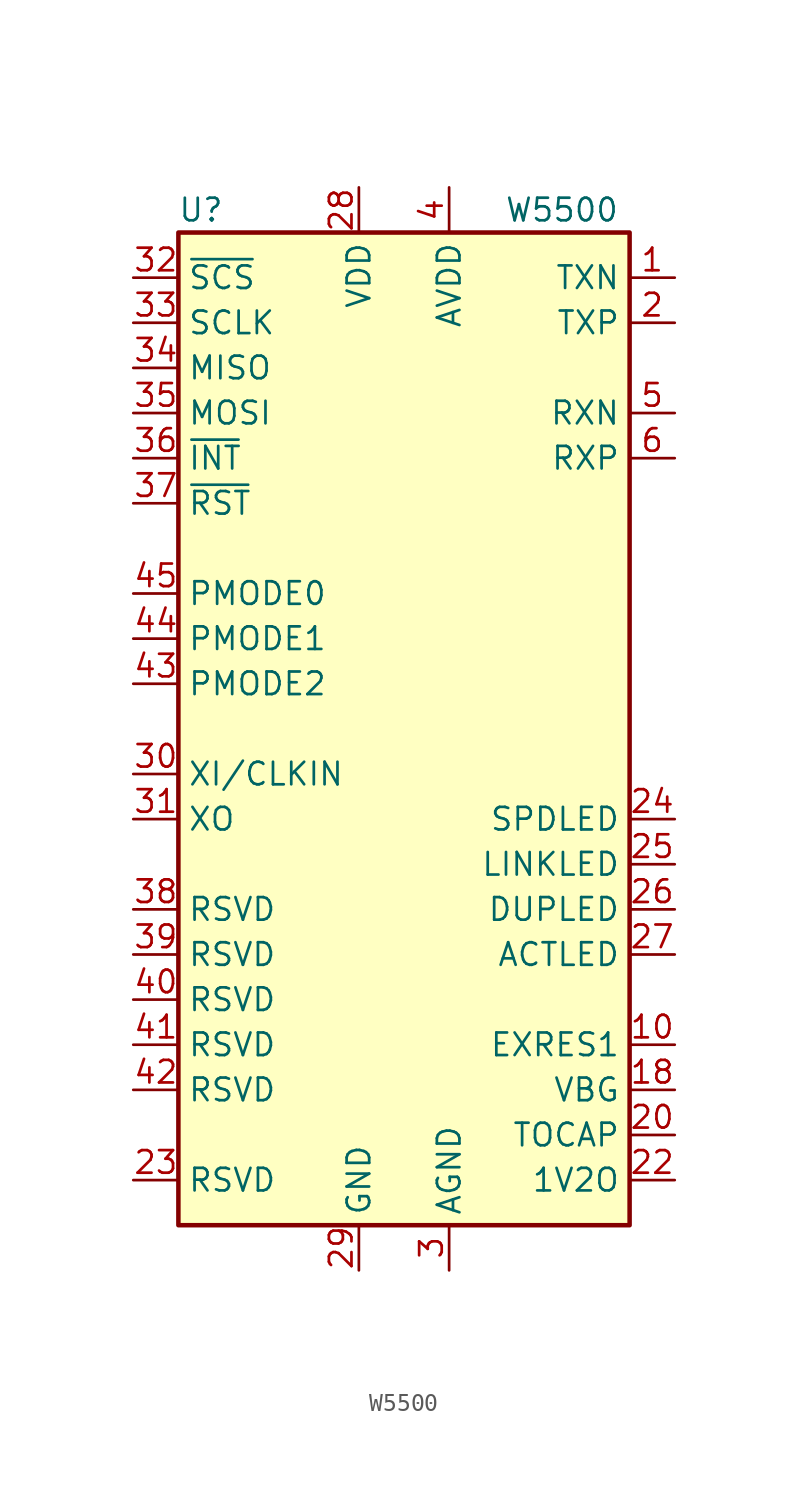
<source format=kicad_sym>
(kicad_symbol_lib
  (version 20220914)
  (generator kicad_symbol_editor)
  (symbol "W5500"
    (property "Reference" "U"
      (at -11.43 29.21 0)
      (effects (font (size 1.27 1.27))))
    (property "Value" "W5500"
      (at 8.89 29.21 0)
      (effects (font (size 1.27 1.27))))
    (symbol "W5500_0_1"
      (rectangle (start -12.7 27.94) (end 12.7 -27.94) (stroke (width 0.254) (type default)) (fill (type background))))
    (symbol "W5500_1_1"
      (pin output line (at 15.24 25.4 180) (length 2.54) (name "TXN" (effects (font (size 1.27 1.27)))) (number "1" (effects (font (size 1.27 1.27)))))
      (pin passive line (at 15.24 -17.78 180) (length 2.54) (name "EXRES1" (effects (font (size 1.27 1.27)))) (number "10" (effects (font (size 1.27 1.27)))))
      (pin passive line (at 2.54 30.48 270) (length 2.54) hide (name "AVDD" (effects (font (size 1.27 1.27)))) (number "11" (effects (font (size 1.27 1.27)))))
      (pin no_connect line (at 12.7 7.62 180) (length 2.54) hide (name "NC" (effects (font (size 1.27 1.27)))) (number "12" (effects (font (size 1.27 1.27)))))
      (pin no_connect line (at 12.7 5.08 180) (length 2.54) hide (name "NC" (effects (font (size 1.27 1.27)))) (number "13" (effects (font (size 1.27 1.27)))))
      (pin passive line (at 2.54 -30.48 90) (length 2.54) hide (name "AGND" (effects (font (size 1.27 1.27)))) (number "14" (effects (font (size 1.27 1.27)))))
      (pin passive line (at 2.54 30.48 270) (length 2.54) hide (name "AVDD" (effects (font (size 1.27 1.27)))) (number "15" (effects (font (size 1.27 1.27)))))
      (pin passive line (at 2.54 -30.48 90) (length 2.54) hide (name "AGND" (effects (font (size 1.27 1.27)))) (number "16" (effects (font (size 1.27 1.27)))))
      (pin passive line (at 2.54 30.48 270) (length 2.54) hide (name "AVDD" (effects (font (size 1.27 1.27)))) (number "17" (effects (font (size 1.27 1.27)))))
      (pin passive line (at 15.24 -20.32 180) (length 2.54) (name "VBG" (effects (font (size 1.27 1.27)))) (number "18" (effects (font (size 1.27 1.27)))))
      (pin passive line (at 2.54 -30.48 90) (length 2.54) hide (name "AGND" (effects (font (size 1.27 1.27)))) (number "19" (effects (font (size 1.27 1.27)))))
      (pin output line (at 15.24 22.86 180) (length 2.54) (name "TXP" (effects (font (size 1.27 1.27)))) (number "2" (effects (font (size 1.27 1.27)))))
      (pin passive line (at 15.24 -22.86 180) (length 2.54) (name "TOCAP" (effects (font (size 1.27 1.27)))) (number "20" (effects (font (size 1.27 1.27)))))
      (pin passive line (at 2.54 30.48 270) (length 2.54) hide (name "AVDD" (effects (font (size 1.27 1.27)))) (number "21" (effects (font (size 1.27 1.27)))))
      (pin output line (at 15.24 -25.4 180) (length 2.54) (name "1V2O" (effects (font (size 1.27 1.27)))) (number "22" (effects (font (size 1.27 1.27)))))
      (pin input line (at -15.24 -25.4 0) (length 2.54) (name "RSVD" (effects (font (size 1.27 1.27)))) (number "23" (effects (font (size 1.27 1.27)))))
      (pin output line (at 15.24 -5.08 180) (length 2.54) (name "SPDLED" (effects (font (size 1.27 1.27)))) (number "24" (effects (font (size 1.27 1.27)))))
      (pin output line (at 15.24 -7.62 180) (length 2.54) (name "LINKLED" (effects (font (size 1.27 1.27)))) (number "25" (effects (font (size 1.27 1.27)))))
      (pin output line (at 15.24 -10.16 180) (length 2.54) (name "DUPLED" (effects (font (size 1.27 1.27)))) (number "26" (effects (font (size 1.27 1.27)))))
      (pin output line (at 15.24 -12.7 180) (length 2.54) (name "ACTLED" (effects (font (size 1.27 1.27)))) (number "27" (effects (font (size 1.27 1.27)))))
      (pin power_in line (at -2.54 30.48 270) (length 2.54) (name "VDD" (effects (font (size 1.27 1.27)))) (number "28" (effects (font (size 1.27 1.27)))))
      (pin power_in line (at -2.54 -30.48 90) (length 2.54) (name "GND" (effects (font (size 1.27 1.27)))) (number "29" (effects (font (size 1.27 1.27)))))
      (pin power_in line (at 2.54 -30.48 90) (length 2.54) (name "AGND" (effects (font (size 1.27 1.27)))) (number "3" (effects (font (size 1.27 1.27)))))
      (pin input line (at -15.24 -2.54 0) (length 2.54) (name "XI/CLKIN" (effects (font (size 1.27 1.27)))) (number "30" (effects (font (size 1.27 1.27)))))
      (pin output line (at -15.24 -5.08 0) (length 2.54) (name "XO" (effects (font (size 1.27 1.27)))) (number "31" (effects (font (size 1.27 1.27)))))
      (pin input line (at -15.24 25.4 0) (length 2.54) (name "~{SCS}" (effects (font (size 1.27 1.27)))) (number "32" (effects (font (size 1.27 1.27)))))
      (pin input line (at -15.24 22.86 0) (length 2.54) (name "SCLK" (effects (font (size 1.27 1.27)))) (number "33" (effects (font (size 1.27 1.27)))))
      (pin output line (at -15.24 20.32 0) (length 2.54) (name "MISO" (effects (font (size 1.27 1.27)))) (number "34" (effects (font (size 1.27 1.27)))))
      (pin input line (at -15.24 17.78 0) (length 2.54) (name "MOSI" (effects (font (size 1.27 1.27)))) (number "35" (effects (font (size 1.27 1.27)))))
      (pin input line (at -15.24 15.24 0) (length 2.54) (name "~{INT}" (effects (font (size 1.27 1.27)))) (number "36" (effects (font (size 1.27 1.27)))))
      (pin input line (at -15.24 12.7 0) (length 2.54) (name "~{RST}" (effects (font (size 1.27 1.27)))) (number "37" (effects (font (size 1.27 1.27)))))
      (pin input line (at -15.24 -10.16 0) (length 2.54) (name "RSVD" (effects (font (size 1.27 1.27)))) (number "38" (effects (font (size 1.27 1.27)))))
      (pin input line (at -15.24 -12.7 0) (length 2.54) (name "RSVD" (effects (font (size 1.27 1.27)))) (number "39" (effects (font (size 1.27 1.27)))))
      (pin power_in line (at 2.54 30.48 270) (length 2.54) (name "AVDD" (effects (font (size 1.27 1.27)))) (number "4" (effects (font (size 1.27 1.27)))))
      (pin input line (at -15.24 -15.24 0) (length 2.54) (name "RSVD" (effects (font (size 1.27 1.27)))) (number "40" (effects (font (size 1.27 1.27)))))
      (pin input line (at -15.24 -17.78 0) (length 2.54) (name "RSVD" (effects (font (size 1.27 1.27)))) (number "41" (effects (font (size 1.27 1.27)))))
      (pin input line (at -15.24 -20.32 0) (length 2.54) (name "RSVD" (effects (font (size 1.27 1.27)))) (number "42" (effects (font (size 1.27 1.27)))))
      (pin input line (at -15.24 2.54 0) (length 2.54) (name "PMODE2" (effects (font (size 1.27 1.27)))) (number "43" (effects (font (size 1.27 1.27)))))
      (pin input line (at -15.24 5.08 0) (length 2.54) (name "PMODE1" (effects (font (size 1.27 1.27)))) (number "44" (effects (font (size 1.27 1.27)))))
      (pin input line (at -15.24 7.62 0) (length 2.54) (name "PMODE0" (effects (font (size 1.27 1.27)))) (number "45" (effects (font (size 1.27 1.27)))))
      (pin no_connect line (at 12.7 2.54 180) (length 2.54) hide (name "NC" (effects (font (size 1.27 1.27)))) (number "46" (effects (font (size 1.27 1.27)))))
      (pin no_connect line (at 12.7 0 180) (length 2.54) hide (name "NC" (effects (font (size 1.27 1.27)))) (number "47" (effects (font (size 1.27 1.27)))))
      (pin passive line (at 2.54 -30.48 90) (length 2.54) hide (name "AGND" (effects (font (size 1.27 1.27)))) (number "48" (effects (font (size 1.27 1.27)))))
      (pin input line (at 15.24 17.78 180) (length 2.54) (name "RXN" (effects (font (size 1.27 1.27)))) (number "5" (effects (font (size 1.27 1.27)))))
      (pin input line (at 15.24 15.24 180) (length 2.54) (name "RXP" (effects (font (size 1.27 1.27)))) (number "6" (effects (font (size 1.27 1.27)))))
      (pin no_connect line (at 12.7 10.16 180) (length 2.54) hide (name "DNC" (effects (font (size 1.27 1.27)))) (number "7" (effects (font (size 1.27 1.27)))))
      (pin passive line (at 2.54 30.48 270) (length 2.54) hide (name "AVDD" (effects (font (size 1.27 1.27)))) (number "8" (effects (font (size 1.27 1.27)))))
      (pin passive line (at 2.54 -30.48 90) (length 2.54) hide (name "AGND" (effects (font (size 1.27 1.27)))) (number "9" (effects (font (size 1.27 1.27))))))))
</source>
